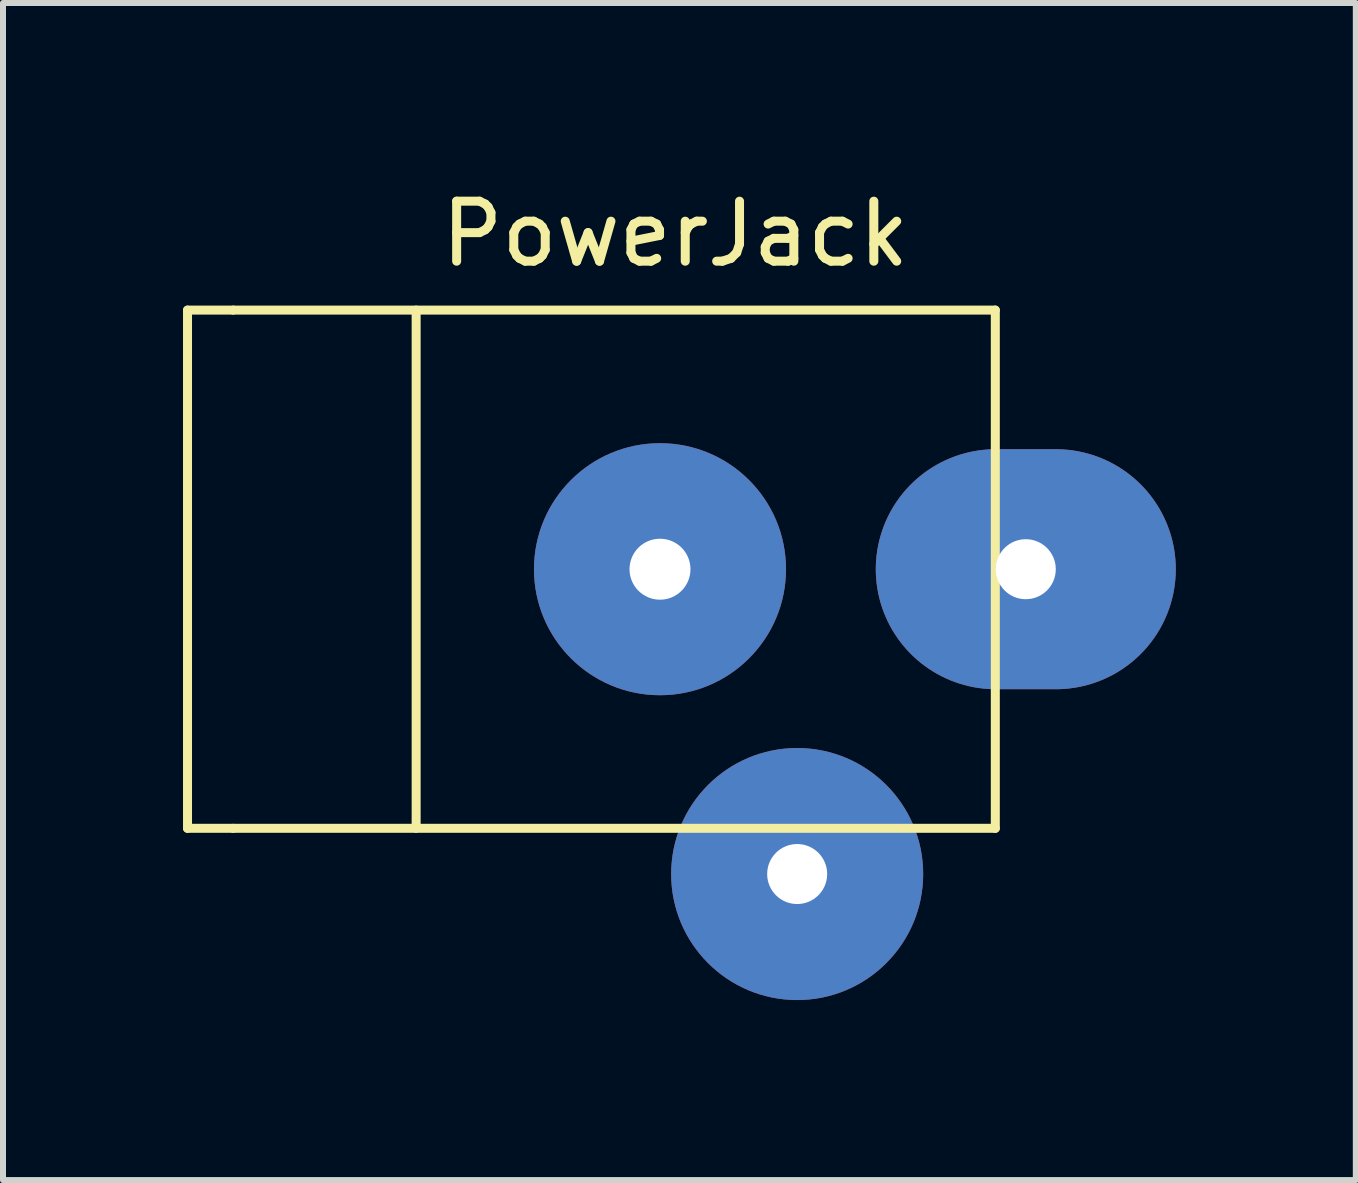
<source format=kicad_pcb>
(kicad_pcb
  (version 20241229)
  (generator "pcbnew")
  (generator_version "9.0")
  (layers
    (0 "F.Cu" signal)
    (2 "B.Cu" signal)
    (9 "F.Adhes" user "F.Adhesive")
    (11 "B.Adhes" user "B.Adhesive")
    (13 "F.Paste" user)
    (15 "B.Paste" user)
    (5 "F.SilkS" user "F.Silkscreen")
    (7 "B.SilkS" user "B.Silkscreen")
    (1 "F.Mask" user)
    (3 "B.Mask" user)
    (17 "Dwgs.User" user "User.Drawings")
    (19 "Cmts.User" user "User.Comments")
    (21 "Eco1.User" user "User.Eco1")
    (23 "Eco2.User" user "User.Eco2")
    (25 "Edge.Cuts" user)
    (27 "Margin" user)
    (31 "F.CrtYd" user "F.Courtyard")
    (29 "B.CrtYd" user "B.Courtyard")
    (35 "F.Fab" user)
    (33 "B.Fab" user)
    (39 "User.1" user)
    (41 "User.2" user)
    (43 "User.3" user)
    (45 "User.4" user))
  (footprint "PowerJack"
    (layer "F.Cu")
    (at 7.949 6.436)
    (property "Reference" "PowerJack" (at 0.254 -5.588 0) (layer "F.SilkS") (effects (font (size 1 1) (thickness 0.15))))
    (attr through_hole)
    (fp_line (start -7.874 -4.318) (end -7.874 4.318) (stroke (width 0.15) (type solid)) (layer "F.SilkS"))
    (fp_line (start -7.874 4.318) (end -7.112 4.318) (stroke (width 0.15) (type solid)) (layer "F.SilkS"))
    (fp_line (start -7.112 -4.318) (end -7.874 -4.318) (stroke (width 0.15) (type solid)) (layer "F.SilkS"))
    (fp_line (start -7.112 -4.318) (end 5.588 -4.318) (stroke (width 0.15) (type solid)) (layer "F.SilkS"))
    (fp_line (start -7.112 4.318) (end 5.588 4.318) (stroke (width 0.15) (type solid)) (layer "F.SilkS"))
    (fp_line (start -4.064 -4.318) (end -4.064 4.318) (stroke (width 0.15) (type solid)) (layer "F.SilkS"))
    (fp_line (start 5.588 -4.318) (end 5.588 4.318) (stroke (width 0.15) (type solid)) (layer "F.SilkS"))
    (pad "1" thru_hole oval (at 6.096 0) (size 5 4) (drill 1) (layers "*.Cu" "*.Mask"))
    (pad "2" thru_hole circle (at 0 0) (size 4.2 4.2) (drill 1.016) (layers "*.Cu" "*.Mask"))
    (pad "3" thru_hole circle (at 2.286 5.08) (size 4.2 4.2) (drill 1) (layers "*.Cu" "*.Mask")))
  (gr_rect
    (start -3 -3)
    (end 19.545 16.616)
    (stroke (width 0.1) (type default))
    (fill no)
    (layer "Edge.Cuts")))
</source>
